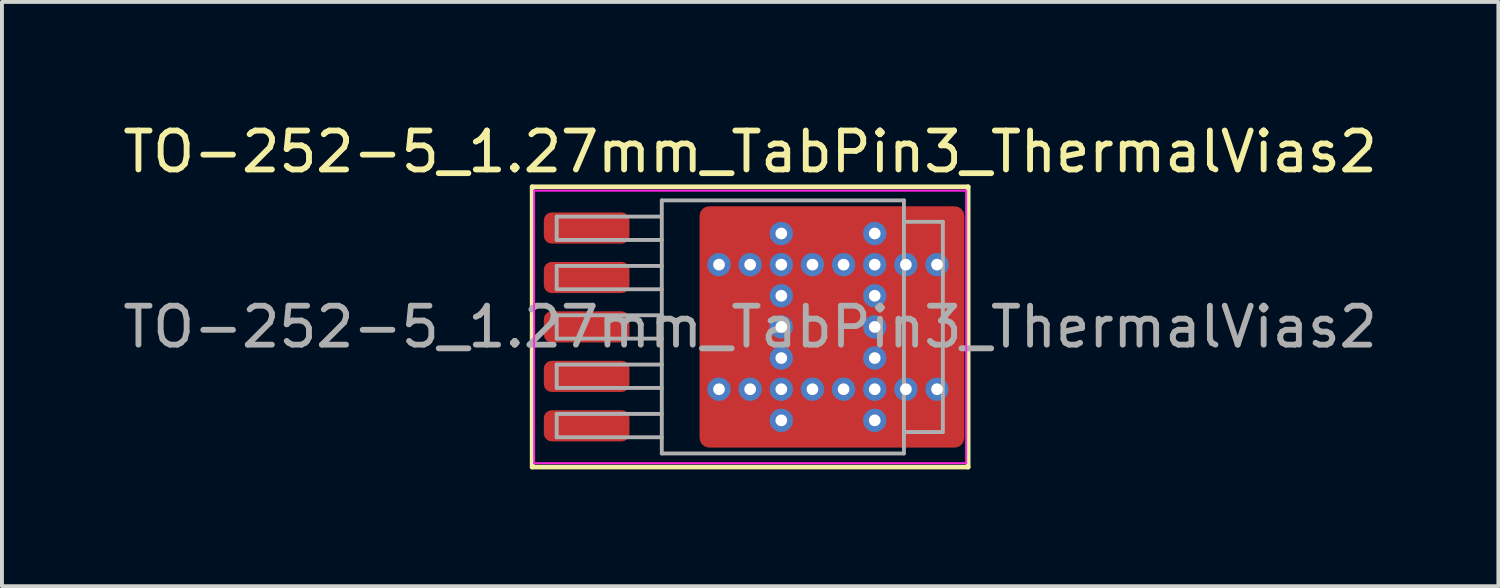
<source format=kicad_pcb>
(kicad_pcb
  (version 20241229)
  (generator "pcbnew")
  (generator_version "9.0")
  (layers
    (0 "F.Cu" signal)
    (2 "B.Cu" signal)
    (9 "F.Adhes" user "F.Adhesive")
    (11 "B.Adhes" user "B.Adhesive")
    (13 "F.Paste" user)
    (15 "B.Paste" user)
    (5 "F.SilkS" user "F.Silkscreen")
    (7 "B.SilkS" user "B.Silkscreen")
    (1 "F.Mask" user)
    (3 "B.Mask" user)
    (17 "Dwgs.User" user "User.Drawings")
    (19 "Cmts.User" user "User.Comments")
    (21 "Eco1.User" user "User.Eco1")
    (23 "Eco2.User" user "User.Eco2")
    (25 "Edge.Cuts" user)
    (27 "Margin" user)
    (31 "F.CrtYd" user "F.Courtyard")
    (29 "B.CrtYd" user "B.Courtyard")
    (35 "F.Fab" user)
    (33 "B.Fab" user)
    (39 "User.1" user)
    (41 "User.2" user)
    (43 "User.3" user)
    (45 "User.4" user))
  (footprint "TO-252-5_1.27mm_TabPin3_ThermalVias2"
    (layer "F.Cu")
    (at 16.22 5.348)
    (property "Reference" "TO-252-5_1.27mm_TabPin3_ThermalVias2" (at 0 -4.5 0) (layer "F.SilkS") (effects (font (size 1 1) (thickness 0.15))))
    (attr smd)
    (fp_line (start -5.6 -3.6) (end -5.6 3.6) (stroke (width 0.12) (type solid)) (layer "F.SilkS"))
    (fp_line (start -5.6 3.6) (end 5.6 3.6) (stroke (width 0.12) (type solid)) (layer "F.SilkS"))
    (fp_line (start 5.6 -3.6) (end -5.6 -3.6) (stroke (width 0.12) (type solid)) (layer "F.SilkS"))
    (fp_line (start 5.6 3.6) (end 5.6 -3.6) (stroke (width 0.12) (type solid)) (layer "F.SilkS"))
    (fp_line (start -5.55 -3.5) (end -5.55 3.5) (stroke (width 0.05) (type solid)) (layer "F.CrtYd"))
    (fp_line (start -5.55 3.5) (end 5.55 3.5) (stroke (width 0.05) (type solid)) (layer "F.CrtYd"))
    (fp_line (start 5.55 -3.5) (end -5.55 -3.5) (stroke (width 0.05) (type solid)) (layer "F.CrtYd"))
    (fp_line (start 5.55 3.5) (end 5.55 -3.5) (stroke (width 0.05) (type solid)) (layer "F.CrtYd"))
    (fp_line (start -4.97 -2.834) (end -4.97 -2.234) (stroke (width 0.1) (type solid)) (layer "F.Fab"))
    (fp_line (start -4.97 -2.234) (end -2.27 -2.234) (stroke (width 0.1) (type solid)) (layer "F.Fab"))
    (fp_line (start -4.97 -1.567) (end -4.97 -0.967) (stroke (width 0.1) (type solid)) (layer "F.Fab"))
    (fp_line (start -4.97 -0.967) (end -2.27 -0.967) (stroke (width 0.1) (type solid)) (layer "F.Fab"))
    (fp_line (start -4.97 -0.3) (end -4.97 0.3) (stroke (width 0.1) (type solid)) (layer "F.Fab"))
    (fp_line (start -4.97 0.3) (end -2.27 0.3) (stroke (width 0.1) (type solid)) (layer "F.Fab"))
    (fp_line (start -4.97 0.967) (end -4.97 1.567) (stroke (width 0.1) (type solid)) (layer "F.Fab"))
    (fp_line (start -4.97 1.567) (end -2.27 1.567) (stroke (width 0.1) (type solid)) (layer "F.Fab"))
    (fp_line (start -4.97 2.234) (end -4.97 2.834) (stroke (width 0.1) (type solid)) (layer "F.Fab"))
    (fp_line (start -4.97 2.834) (end -2.27 2.834) (stroke (width 0.1) (type solid)) (layer "F.Fab"))
    (fp_line (start -2.3 -2.834) (end -4.97 -2.834) (stroke (width 0.1) (type solid)) (layer "F.Fab"))
    (fp_line (start -2.27 -3.25) (end 3.95 -3.25) (stroke (width 0.1) (type solid)) (layer "F.Fab"))
    (fp_line (start -2.27 -1.567) (end -4.97 -1.567) (stroke (width 0.1) (type solid)) (layer "F.Fab"))
    (fp_line (start -2.27 -0.3) (end -4.97 -0.3) (stroke (width 0.1) (type solid)) (layer "F.Fab"))
    (fp_line (start -2.27 0.967) (end -4.97 0.967) (stroke (width 0.1) (type solid)) (layer "F.Fab"))
    (fp_line (start -2.27 2.234) (end -4.97 2.234) (stroke (width 0.1) (type solid)) (layer "F.Fab"))
    (fp_line (start -2.27 3.25) (end -2.27 -3.25) (stroke (width 0.1) (type solid)) (layer "F.Fab"))
    (fp_line (start 3.95 -3.25) (end 3.95 3.25) (stroke (width 0.1) (type solid)) (layer "F.Fab"))
    (fp_line (start 3.95 -2.7) (end 4.95 -2.7) (stroke (width 0.1) (type solid)) (layer "F.Fab"))
    (fp_line (start 3.95 3.25) (end -2.27 3.25) (stroke (width 0.1) (type solid)) (layer "F.Fab"))
    (fp_line (start 4.95 -2.7) (end 4.95 2.7) (stroke (width 0.1) (type solid)) (layer "F.Fab"))
    (fp_line (start 4.95 2.7) (end 3.95 2.7) (stroke (width 0.1) (type solid)) (layer "F.Fab"))
    (fp_text user "${REFERENCE}" (at 0 0 0) (layer "F.Fab") (effects (font (size 1 1) (thickness 0.15))))
    (pad "" smd roundrect (at -0.7 -2.4) (size 0.6 0.8) (layers "F.Paste") (roundrect_rratio 0.25))
    (pad "" smd roundrect (at -0.7 -0.875) (size 0.6 0.65) (layers "F.Paste") (roundrect_rratio 0.25))
    (pad "" smd roundrect (at -0.7 0) (size 0.6 0.7) (layers "F.Paste") (roundrect_rratio 0.25))
    (pad "" smd roundrect (at -0.7 0.875) (size 0.6 0.65) (layers "F.Paste") (roundrect_rratio 0.25))
    (pad "" smd roundrect (at -0.7 2.4) (size 0.6 0.8) (layers "F.Paste") (roundrect_rratio 0.25))
    (pad "" smd roundrect (at -0.3 -2.4 90) (size 1 1.6) (layers "F.Mask") (roundrect_rratio 0.25))
    (pad "" smd roundrect (at -0.3 0 90) (size 2.6 1.6) (layers "F.Mask") (roundrect_rratio 0.156))
    (pad "" smd roundrect (at -0.3 2.4 90) (size 1 1.6) (layers "F.Mask") (roundrect_rratio 0.25))
    (pad "" smd roundrect (at 0.1 -2.4) (size 0.6 0.8) (layers "F.Paste") (roundrect_rratio 0.25))
    (pad "" smd roundrect (at 0.1 -0.875) (size 0.6 0.65) (layers "F.Paste") (roundrect_rratio 0.25))
    (pad "" smd roundrect (at 0.1 0) (size 0.6 0.7) (layers "F.Paste") (roundrect_rratio 0.25))
    (pad "" smd roundrect (at 0.1 0.875) (size 0.6 0.65) (layers "F.Paste") (roundrect_rratio 0.25))
    (pad "" smd roundrect (at 0.1 2.4) (size 0.6 0.8) (layers "F.Paste") (roundrect_rratio 0.25))
    (pad "" smd roundrect (at 1.575 -2.4) (size 0.65 0.8) (layers "F.Paste") (roundrect_rratio 0.25))
    (pad "" smd roundrect (at 1.575 -0.875) (size 0.65 0.65) (layers "F.Paste") (roundrect_rratio 0.25))
    (pad "" smd roundrect (at 1.575 0) (size 0.65 0.7) (layers "F.Paste") (roundrect_rratio 0.25))
    (pad "" smd roundrect (at 1.575 0.875) (size 0.65 0.65) (layers "F.Paste") (roundrect_rratio 0.25))
    (pad "" smd roundrect (at 1.575 2.4) (size 0.65 0.8) (layers "F.Paste") (roundrect_rratio 0.25))
    (pad "" smd roundrect (at 2 -2.4 90) (size 1 1.8) (layers "F.Mask") (roundrect_rratio 0.25))
    (pad "" smd roundrect (at 2 0 90) (size 2.6 1.8) (layers "F.Mask") (roundrect_rratio 0.139))
    (pad "" smd roundrect (at 2 2.4 90) (size 1 1.8) (layers "F.Mask") (roundrect_rratio 0.25))
    (pad "" smd roundrect (at 2.425 -2.4) (size 0.65 0.8) (layers "F.Paste") (roundrect_rratio 0.25))
    (pad "" smd roundrect (at 2.425 -0.875) (size 0.65 0.65) (layers "F.Paste") (roundrect_rratio 0.25))
    (pad "" smd roundrect (at 2.425 0) (size 0.65 0.7) (layers "F.Paste") (roundrect_rratio 0.25))
    (pad "" smd roundrect (at 2.425 0.875) (size 0.65 0.65) (layers "F.Paste") (roundrect_rratio 0.25))
    (pad "" smd roundrect (at 2.425 2.4) (size 0.65 0.8) (layers "F.Paste") (roundrect_rratio 0.25))
    (pad "" smd roundrect (at 3.975 -2.4) (size 0.65 0.8) (layers "F.Paste") (roundrect_rratio 0.25))
    (pad "" smd roundrect (at 3.975 -0.875) (size 0.65 0.65) (layers "F.Paste") (roundrect_rratio 0.25))
    (pad "" smd roundrect (at 3.975 0) (size 0.65 0.7) (layers "F.Paste") (roundrect_rratio 0.25))
    (pad "" smd roundrect (at 3.975 0.875) (size 0.65 0.65) (layers "F.Paste") (roundrect_rratio 0.25))
    (pad "" smd roundrect (at 3.975 2.4) (size 0.65 0.8) (layers "F.Paste") (roundrect_rratio 0.25))
    (pad "" smd roundrect (at 4.4 -2.4 90) (size 1 1.8) (layers "F.Mask") (roundrect_rratio 0.25))
    (pad "" smd roundrect (at 4.4 0 90) (size 2.6 1.8) (layers "F.Mask") (roundrect_rratio 0.139))
    (pad "" smd roundrect (at 4.4 2.4 90) (size 1 1.8) (layers "F.Mask") (roundrect_rratio 0.25))
    (pad "" smd roundrect (at 4.825 -2.4) (size 0.65 0.8) (layers "F.Paste") (roundrect_rratio 0.25))
    (pad "" smd roundrect (at 4.825 -0.875) (size 0.65 0.65) (layers "F.Paste") (roundrect_rratio 0.25))
    (pad "" smd roundrect (at 4.825 0) (size 0.65 0.7) (layers "F.Paste") (roundrect_rratio 0.25))
    (pad "" smd roundrect (at 4.825 0.875) (size 0.65 0.65) (layers "F.Paste") (roundrect_rratio 0.25))
    (pad "" smd roundrect (at 4.825 2.4) (size 0.65 0.8) (layers "F.Paste") (roundrect_rratio 0.25))
    (pad "1" smd roundrect (at -4.2 -2.54) (size 2.2 0.8) (layers "F.Cu" "F.Mask" "F.Paste") (roundrect_rratio 0.25))
    (pad "2" smd roundrect (at -4.2 -1.27) (size 2.2 0.8) (layers "F.Cu" "F.Mask" "F.Paste") (roundrect_rratio 0.25))
    (pad "3" smd roundrect (at -4.2 0) (size 2.2 0.8) (layers "F.Cu" "F.Mask" "F.Paste") (roundrect_rratio 0.25))
    (pad "3" thru_hole circle (at -0.8 -1.6) (size 0.6 0.6) (drill 0.3) (property pad_prop_heatsink) (layers "*.Cu" "*.Mask"))
    (pad "3" thru_hole circle (at -0.8 1.6) (size 0.6 0.6) (drill 0.3) (property pad_prop_heatsink) (layers "*.Cu" "*.Mask"))
    (pad "3" thru_hole circle (at 0 -1.6) (size 0.6 0.6) (drill 0.3) (property pad_prop_heatsink) (layers "*.Cu" "*.Mask"))
    (pad "3" thru_hole circle (at 0 1.6) (size 0.6 0.6) (drill 0.3) (property pad_prop_heatsink) (layers "*.Cu" "*.Mask"))
    (pad "3" thru_hole circle (at 0.8 -2.4) (size 0.6 0.6) (drill 0.3) (property pad_prop_heatsink) (layers "*.Cu" "*.Mask"))
    (pad "3" thru_hole circle (at 0.8 -1.6) (size 0.6 0.6) (drill 0.3) (property pad_prop_heatsink) (layers "*.Cu" "*.Mask"))
    (pad "3" thru_hole circle (at 0.8 -0.8) (size 0.6 0.6) (drill 0.3) (property pad_prop_heatsink) (layers "*.Cu" "*.Mask"))
    (pad "3" thru_hole circle (at 0.8 0) (size 0.6 0.6) (drill 0.3) (property pad_prop_heatsink) (layers "*.Cu" "*.Mask"))
    (pad "3" thru_hole circle (at 0.8 0.8) (size 0.6 0.6) (drill 0.3) (property pad_prop_heatsink) (layers "*.Cu" "*.Mask"))
    (pad "3" thru_hole circle (at 0.8 1.6) (size 0.6 0.6) (drill 0.3) (property pad_prop_heatsink) (layers "*.Cu" "*.Mask"))
    (pad "3" thru_hole circle (at 0.8 2.4) (size 0.6 0.6) (drill 0.3) (property pad_prop_heatsink) (layers "*.Cu" "*.Mask"))
    (pad "3" thru_hole circle (at 1.6 -1.6) (size 0.6 0.6) (drill 0.3) (property pad_prop_heatsink) (layers "*.Cu" "*.Mask"))
    (pad "3" thru_hole circle (at 1.6 1.6) (size 0.6 0.6) (drill 0.3) (property pad_prop_heatsink) (layers "*.Cu" "*.Mask"))
    (pad "3" smd roundrect (at 2.1 0) (size 6.8 6.2) (layers "F.Cu") (roundrect_rratio 0.04))
    (pad "3" thru_hole circle (at 2.4 -1.6) (size 0.6 0.6) (drill 0.3) (property pad_prop_heatsink) (layers "*.Cu" "*.Mask"))
    (pad "3" thru_hole circle (at 2.4 1.6) (size 0.6 0.6) (drill 0.3) (property pad_prop_heatsink) (layers "*.Cu" "*.Mask"))
    (pad "3" thru_hole circle (at 3.2 -2.4) (size 0.6 0.6) (drill 0.3) (property pad_prop_heatsink) (layers "*.Cu" "*.Mask"))
    (pad "3" thru_hole circle (at 3.2 -1.6) (size 0.6 0.6) (drill 0.3) (property pad_prop_heatsink) (layers "*.Cu" "*.Mask"))
    (pad "3" thru_hole circle (at 3.2 -0.8) (size 0.6 0.6) (drill 0.3) (property pad_prop_heatsink) (layers "*.Cu" "*.Mask"))
    (pad "3" thru_hole circle (at 3.2 0) (size 0.6 0.6) (drill 0.3) (property pad_prop_heatsink) (layers "*.Cu" "*.Mask"))
    (pad "3" thru_hole circle (at 3.2 0.8) (size 0.6 0.6) (drill 0.3) (property pad_prop_heatsink) (layers "*.Cu" "*.Mask"))
    (pad "3" thru_hole circle (at 3.2 1.6) (size 0.6 0.6) (drill 0.3) (property pad_prop_heatsink) (layers "*.Cu" "*.Mask"))
    (pad "3" thru_hole circle (at 3.2 2.4) (size 0.6 0.6) (drill 0.3) (property pad_prop_heatsink) (layers "*.Cu" "*.Mask"))
    (pad "3" thru_hole circle (at 4 -1.6) (size 0.6 0.6) (drill 0.3) (property pad_prop_heatsink) (layers "*.Cu" "*.Mask"))
    (pad "3" thru_hole circle (at 4 1.6) (size 0.6 0.6) (drill 0.3) (property pad_prop_heatsink) (layers "*.Cu" "*.Mask"))
    (pad "3" thru_hole circle (at 4.8 -1.6) (size 0.6 0.6) (drill 0.3) (property pad_prop_heatsink) (layers "*.Cu" "*.Mask"))
    (pad "3" thru_hole circle (at 4.8 1.6) (size 0.6 0.6) (drill 0.3) (property pad_prop_heatsink) (layers "*.Cu" "*.Mask"))
    (pad "4" smd roundrect (at -4.2 1.27) (size 2.2 0.8) (layers "F.Cu" "F.Mask" "F.Paste") (roundrect_rratio 0.25))
    (pad "5" smd roundrect (at -4.2 2.54) (size 2.2 0.8) (layers "F.Cu" "F.Mask" "F.Paste") (roundrect_rratio 0.25)))
  (gr_rect
    (start -3 -3)
    (end 35.44 12.008)
    (stroke (width 0.1) (type default))
    (fill no)
    (layer "Edge.Cuts")))
</source>
